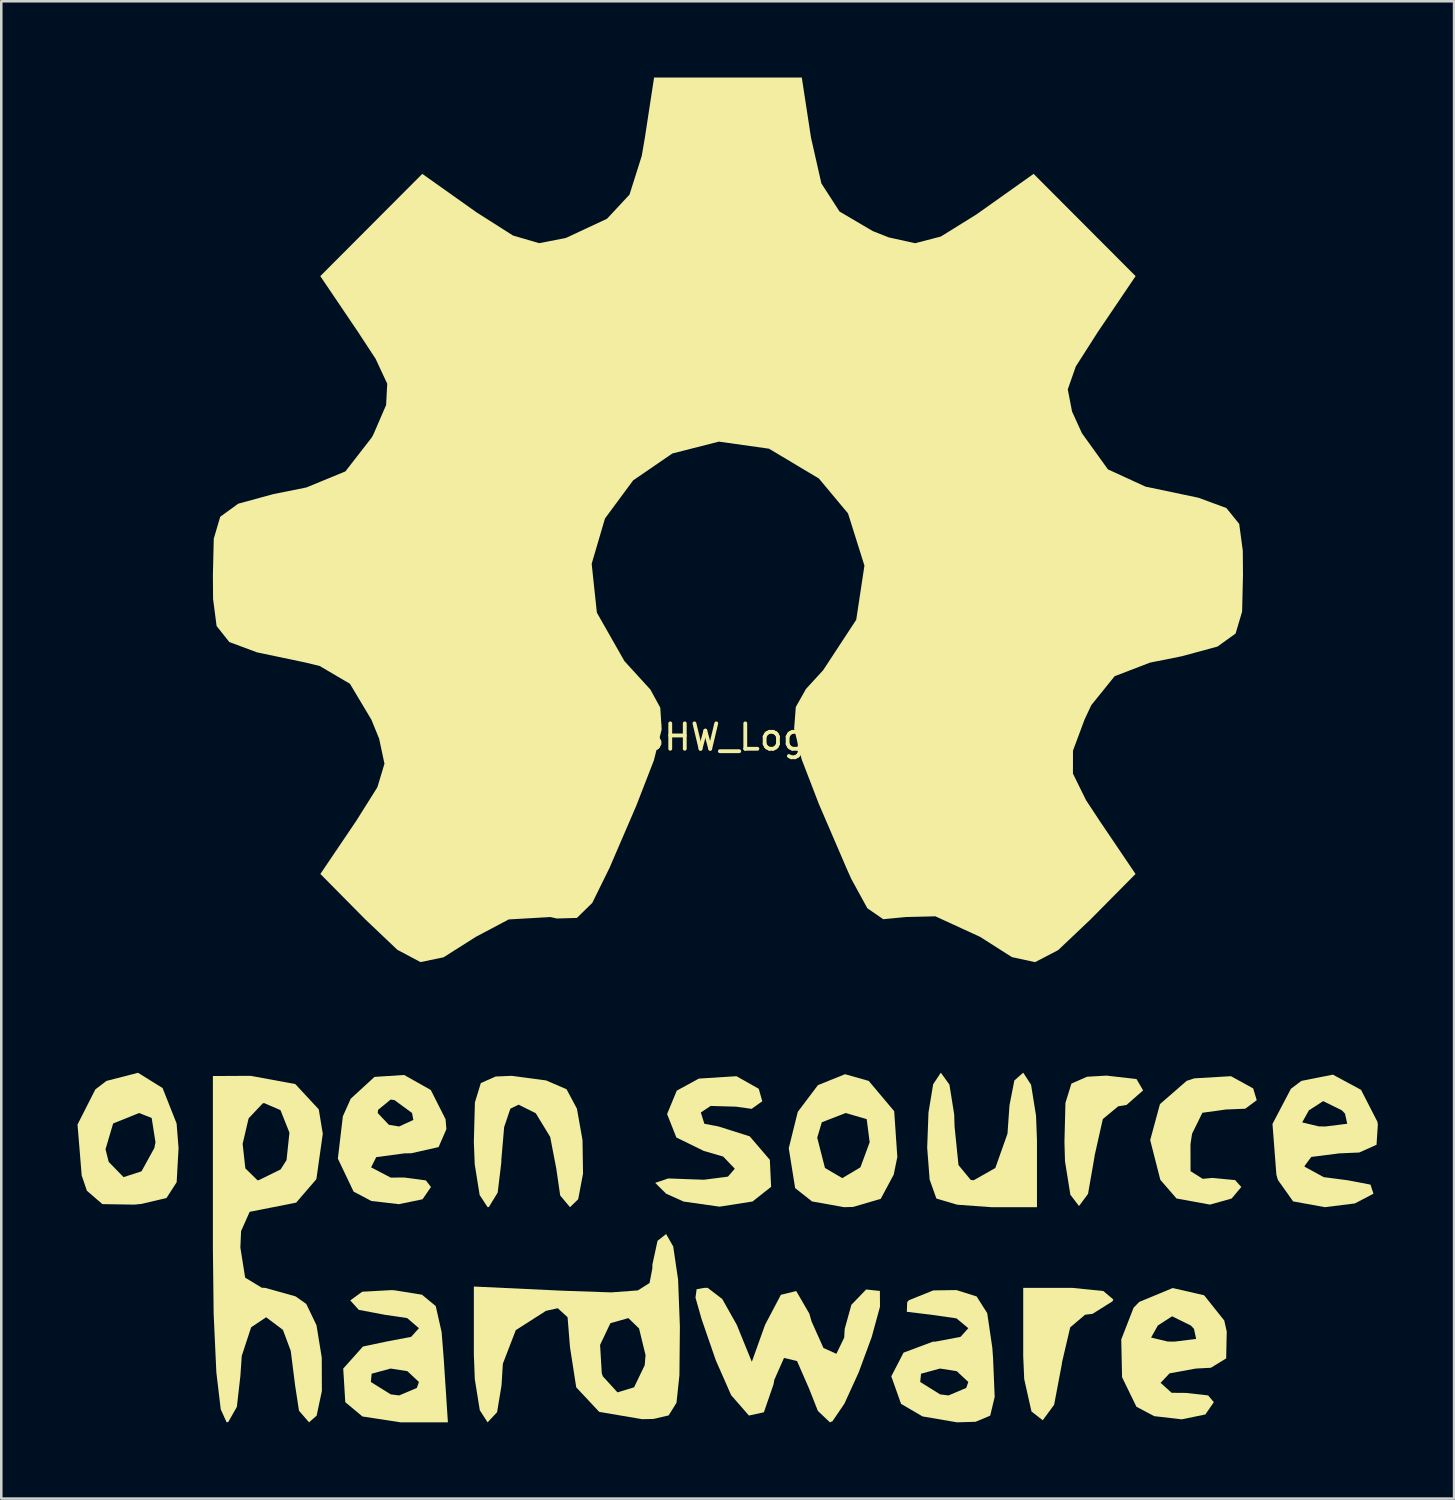
<source format=kicad_pcb>
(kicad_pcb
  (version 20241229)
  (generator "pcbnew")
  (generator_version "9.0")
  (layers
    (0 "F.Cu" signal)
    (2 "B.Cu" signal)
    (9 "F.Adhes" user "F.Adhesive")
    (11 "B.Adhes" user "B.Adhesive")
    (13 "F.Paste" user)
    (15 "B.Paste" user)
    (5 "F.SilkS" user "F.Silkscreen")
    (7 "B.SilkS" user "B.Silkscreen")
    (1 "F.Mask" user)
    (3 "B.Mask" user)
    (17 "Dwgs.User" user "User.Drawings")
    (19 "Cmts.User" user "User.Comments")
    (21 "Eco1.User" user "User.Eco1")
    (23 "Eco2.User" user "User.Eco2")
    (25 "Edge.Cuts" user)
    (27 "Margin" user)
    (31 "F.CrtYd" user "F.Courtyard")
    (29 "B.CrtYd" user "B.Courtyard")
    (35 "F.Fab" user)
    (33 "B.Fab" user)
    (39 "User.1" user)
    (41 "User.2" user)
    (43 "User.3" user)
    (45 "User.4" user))
  (footprint "OSHW_Logo"
    (layer "F.Cu")
    (at 25.323 26.458)
    (property "Reference" "OSHW_Logo" (at 0 -0.5 0) (unlocked yes) (layer "F.SilkS") (effects (font (size 1 1) (thickness 0.15))))
    (fp_poly (pts (xy 15.042 21.292) (xy 15.434 21.624) (xy 15.402 21.696) (xy 14.618 22.188) (xy 14.322 22.225) (xy 13.738 22.72) (xy 13.415 24.098) (xy 13.408 24.168) (xy 13.105 25.767) (xy 12.657 26.377) (xy 12.214 26.031) (xy 11.928 24.759) (xy 11.889 23.857) (xy 11.889 21.167) (xy 13.813 21.167)) (stroke (width 0) (type solid)) (fill yes) (layer "F.SilkS"))
    (fp_poly (pts (xy 16.347 12.952) (xy 16.606 13.396) (xy 15.954 13.969) (xy 15.627 14.023) (xy 15.021 14.524) (xy 14.697 15.967) (xy 14.694 16.007) (xy 14.439 17.468) (xy 14.084 17.948) (xy 13.744 17.503) (xy 13.533 16.19) (xy 13.511 15.426) (xy 13.55 13.889) (xy 13.786 13.128) (xy 14.399 12.86) (xy 15.165 12.815)) (stroke (width 0) (type solid)) (fill yes) (layer "F.SilkS"))
    (fp_poly (pts (xy 20.937 13.319) (xy 21.077 13.783) (xy 20.625 14.118) (xy 19.861 14.149) (xy 18.939 14.277) (xy 18.532 15.103) (xy 18.47 15.518) (xy 18.473 16.576) (xy 18.952 16.877) (xy 19.333 16.841) (xy 20.226 16.927) (xy 20.47 17.198) (xy 20.089 17.652) (xy 19.238 17.891) (xy 17.921 17.651) (xy 17.284 16.916) (xy 16.885 15.353) (xy 17.269 13.937) (xy 18.321 13.021) (xy 18.622 12.923) (xy 20.062 12.838)) (stroke (width 0) (type solid)) (fill yes) (layer "F.SilkS"))
    (fp_poly (pts (xy 5.81 13.024) (xy 6.812 14.216) (xy 6.935 16.017) (xy 6.793 16.711) (xy 6.282 17.664) (xy 5.195 17.983) (xy 4.837 17.992) (xy 3.579 17.766) (xy 2.915 17.243) (xy 2.663 15.674) (xy 2.766 15.258) (xy 3.783 15.258) (xy 4.088 16.45) (xy 4.77 16.849) (xy 5.483 16.424) (xy 5.847 15.437) (xy 5.73 14.528) (xy 4.901 14.287) (xy 3.963 14.652) (xy 3.783 15.258) (xy 2.766 15.258) (xy 3.018 14.242) (xy 3.811 13.19) (xy 4.877 12.76)) (stroke (width 0) (type solid)) (fill yes) (layer "F.SilkS"))
    (fp_poly (pts (xy 12.198 13.176) (xy 12.393 14.393) (xy 12.43 15.346) (xy 12.43 17.992) (xy 10.628 17.992) (xy 9.293 17.895) (xy 8.491 17.66) (xy 8.467 17.639) (xy 8.207 16.907) (xy 8.11 15.653) (xy 8.161 14.27) (xy 8.345 13.154) (xy 8.647 12.7) (xy 8.985 13.169) (xy 9.173 14.342) (xy 9.187 14.817) (xy 9.342 16.337) (xy 9.825 16.921) (xy 9.94 16.933) (xy 10.791 16.45) (xy 11.27 15.1) (xy 11.349 13.98) (xy 11.54 13.006) (xy 11.889 12.7)) (stroke (width 0) (type solid)) (fill yes) (layer "F.SilkS"))
    (fp_poly (pts (xy -21.975 13.306) (xy -21.424 14.699) (xy -21.347 15.668) (xy -21.422 17.011) (xy -21.822 17.631) (xy -22.807 17.864) (xy -23.085 17.892) (xy -24.344 17.872) (xy -24.954 17.346) (xy -25.159 16.743) (xy -25.243 15.712) (xy -24.221 15.712) (xy -24.097 16.209) (xy -23.512 16.81) (xy -22.805 16.582) (xy -22.299 15.663) (xy -22.255 15.437) (xy -22.405 14.483) (xy -22.899 14.287) (xy -23.921 14.697) (xy -24.221 15.712) (xy -25.243 15.712) (xy -25.323 14.742) (xy -24.622 13.359) (xy -24.184 13.024) (xy -22.942 12.704)) (stroke (width 0) (type solid)) (fill yes) (layer "F.SilkS"))
    (fp_poly (pts (xy -6.887 13.004) (xy -6.08 13.352) (xy -5.672 14.116) (xy -5.452 15.355) (xy -5.432 16.675) (xy -5.622 17.679) (xy -5.945 17.992) (xy -6.33 17.533) (xy -6.485 16.469) (xy -6.724 15.228) (xy -7.292 14.295) (xy -7.969 13.959) (xy -8.291 14.116) (xy -8.535 14.838) (xy -8.646 16.122) (xy -8.647 16.228) (xy -8.789 17.416) (xy -9.136 17.984) (xy -9.187 17.992) (xy -9.499 17.516) (xy -9.694 16.304) (xy -9.728 15.412) (xy -9.686 13.869) (xy -9.453 13.108) (xy -8.872 12.851) (xy -8.241 12.824)) (stroke (width 0) (type solid)) (fill yes) (layer "F.SilkS"))
    (fp_poly (pts (xy 1.483 13.335) (xy 1.621 13.825) (xy 1.202 14.123) (xy 0.586 14.037) (xy -0.411 14.009) (xy -0.797 14.266) (xy -0.658 14.71) (xy -0.098 14.817) (xy 1.128 15.206) (xy 1.919 16.13) (xy 1.969 17.191) (xy 1.238 17.769) (xy -0.062 17.972) (xy -1.476 17.771) (xy -2.162 17.462) (xy -2.593 17.035) (xy -2.076 16.862) (xy -0.676 16.913) (xy 0.27 16.79) (xy 0.54 16.479) (xy 0.081 16) (xy -0.676 15.78) (xy -1.759 15.251) (xy -2.124 14.328) (xy -1.743 13.406) (xy -0.876 12.933) (xy 0.606 12.839)) (stroke (width 0) (type solid)) (fill yes) (layer "F.SilkS"))
    (fp_poly (pts (xy -12.835 21.265) (xy -11.77 21.436) (xy -11.228 21.883) (xy -10.996 22.907) (xy -10.914 23.945) (xy -10.749 26.458) (xy -12.613 26.458) (xy -14.111 26.228) (xy -14.787 25.665) (xy -14.835 24.871) (xy -13.781 24.871) (xy -12.999 25.358) (xy -12.668 25.4) (xy -11.97 25.104) (xy -11.889 24.871) (xy -12.343 24.445) (xy -13.002 24.342) (xy -13.749 24.545) (xy -13.781 24.871) (xy -14.835 24.871) (xy -14.868 24.343) (xy -14.091 23.475) (xy -13.183 23.283) (xy -12.195 23.095) (xy -11.889 22.754) (xy -12.352 22.356) (xy -13.24 22.225) (xy -14.256 22.032) (xy -14.591 21.662) (xy -14.121 21.319) (xy -12.955 21.255)) (stroke (width 0) (type solid)) (fill yes) (layer "F.SilkS"))
    (fp_poly (pts (xy 19.007 21.459) (xy 19.799 22.451) (xy 19.897 22.886) (xy 19.875 23.942) (xy 19.274 24.311) (xy 18.681 24.342) (xy 17.648 24.53) (xy 17.294 24.904) (xy 17.728 25.296) (xy 18.292 25.301) (xy 19.165 25.399) (xy 19.389 25.665) (xy 19.057 26.148) (xy 18.126 26.34) (xy 17.043 26.215) (xy 16.344 25.846) (xy 15.778 24.682) (xy 15.746 23.198) (xy 15.775 23.122) (xy 16.92 23.122) (xy 17.574 23.279) (xy 17.834 23.283) (xy 18.693 23.177) (xy 18.607 22.778) (xy 18.483 22.648) (xy 17.747 22.286) (xy 17.186 22.648) (xy 16.92 23.122) (xy 15.775 23.122) (xy 16.232 21.948) (xy 16.453 21.72) (xy 17.77 21.174)) (stroke (width 0) (type solid)) (fill yes) (layer "F.SilkS"))
    (fp_poly (pts (xy -11.422 13.382) (xy -10.84 14.533) (xy -10.809 14.922) (xy -11.115 15.628) (xy -12.189 15.87) (xy -12.462 15.875) (xy -13.57 16.023) (xy -13.769 16.423) (xy -13.765 16.429) (xy -13.001 16.828) (xy -12.465 16.826) (xy -11.617 16.939) (xy -11.415 17.198) (xy -11.747 17.681) (xy -12.678 17.874) (xy -13.761 17.749) (xy -14.46 17.379) (xy -15.079 16.082) (xy -14.882 14.417) (xy -14.824 14.287) (xy -13.511 14.287) (xy -13.071 14.752) (xy -12.668 14.817) (xy -12.109 14.56) (xy -12.16 14.287) (xy -12.85 13.779) (xy -13.002 13.758) (xy -13.496 14.162) (xy -13.511 14.287) (xy -14.824 14.287) (xy -14.572 13.724) (xy -13.638 12.866) (xy -12.471 12.79)) (stroke (width 0) (type solid)) (fill yes) (layer "F.SilkS"))
    (fp_poly (pts (xy 25.181 13.375) (xy 25.823 14.626) (xy 25.843 14.738) (xy 25.791 15.536) (xy 25.112 15.841) (xy 24.325 15.875) (xy 23.223 16.015) (xy 22.953 16.378) (xy 22.968 16.404) (xy 23.711 16.81) (xy 24.653 16.933) (xy 25.553 17.105) (xy 25.67 17.462) (xy 24.939 17.845) (xy 23.757 17.992) (xy 22.508 17.764) (xy 21.909 16.919) (xy 21.85 16.711) (xy 21.697 14.716) (xy 21.729 14.656) (xy 22.864 14.656) (xy 23.519 14.813) (xy 23.779 14.817) (xy 24.638 14.71) (xy 24.551 14.311) (xy 24.427 14.182) (xy 23.692 13.819) (xy 23.13 14.182) (xy 22.864 14.656) (xy 21.729 14.656) (xy 22.423 13.333) (xy 22.833 13.024) (xy 24.072 12.777)) (stroke (width 0) (type solid)) (fill yes) (layer "F.SilkS"))
    (fp_poly (pts (xy 10.054 21.504) (xy 10.472 22.16) (xy 10.672 23.517) (xy 10.703 23.945) (xy 10.766 25.459) (xy 10.589 26.196) (xy 10.013 26.437) (xy 9.283 26.458) (xy 7.926 26.225) (xy 7.082 25.732) (xy 6.777 24.871) (xy 7.836 24.871) (xy 8.618 25.358) (xy 8.949 25.4) (xy 9.647 25.104) (xy 9.728 24.871) (xy 9.274 24.445) (xy 8.615 24.342) (xy 7.868 24.545) (xy 7.836 24.871) (xy 6.777 24.871) (xy 6.698 24.649) (xy 7.18 23.716) (xy 8.333 23.285) (xy 8.434 23.283) (xy 9.422 23.095) (xy 9.728 22.754) (xy 9.262 22.367) (xy 8.269 22.225) (xy 7.309 22.109) (xy 7.324 21.725) (xy 7.396 21.651) (xy 8.351 21.267) (xy 9.26 21.254)) (stroke (width 0) (type solid)) (fill yes) (layer "F.SilkS"))
    (fp_poly (pts (xy -0.527 21.167) (xy 0.046 21.605) (xy 0.618 22.622) (xy 1.21 24.077) (xy 1.731 22.622) (xy 2.353 21.44) (xy 2.957 21.292) (xy 3.473 22.182) (xy 3.561 22.49) (xy 4.028 23.532) (xy 4.536 23.762) (xy 4.845 23.124) (xy 4.864 22.785) (xy 5.128 21.832) (xy 5.709 21.231) (xy 6.249 21.289) (xy 6.253 21.909) (xy 5.927 23.102) (xy 5.413 24.498) (xy 4.852 25.725) (xy 4.385 26.412) (xy 4.283 26.458) (xy 3.809 26.01) (xy 3.464 25.135) (xy 2.989 24.046) (xy 2.476 23.924) (xy 2.093 24.79) (xy 2.064 24.962) (xy 1.685 26.062) (xy 1.096 26.191) (xy 0.396 25.39) (xy -0.211 24.008) (xy -0.766 22.399) (xy -1.007 21.551) (xy -0.962 21.221) (xy -0.658 21.166)) (stroke (width 0) (type solid)) (fill yes) (layer "F.SilkS"))
    (fp_poly (pts (xy -1.883 19.539) (xy -1.691 20.845) (xy -1.621 22.688) (xy -1.639 24.601) (xy -1.754 25.689) (xy -2.063 26.186) (xy -2.66 26.325) (xy -3.107 26.334) (xy -4.795 26.047) (xy -5.699 25.083) (xy -5.945 23.5) (xy -5.952 23.412) (xy -4.761 23.412) (xy -4.694 24.53) (xy -4.651 24.65) (xy -4.077 25.279) (xy -3.423 25.08) (xy -3.005 24.211) (xy -2.972 23.812) (xy -3.227 22.765) (xy -3.648 22.357) (xy -4.354 22.556) (xy -4.761 23.412) (xy -5.952 23.412) (xy -6.04 22.322) (xy -6.426 21.969) (xy -6.89 22.071) (xy -8.078 22.831) (xy -8.587 24.153) (xy -8.639 25.003) (xy -8.814 26.059) (xy -9.187 26.458) (xy -9.494 25.982) (xy -9.69 24.763) (xy -9.728 23.786) (xy -9.728 21.115) (xy -6.215 21.28) (xy -4.327 21.345) (xy -3.274 21.267) (xy -2.814 20.976) (xy -2.704 20.4) (xy -2.702 20.248) (xy -2.5 19.315) (xy -2.162 19.05)) (stroke (width 0) (type solid)) (fill yes) (layer "F.SilkS"))
    (fp_poly (pts (xy -16.754 13.148) (xy -15.83 14.144) (xy -15.672 15.103) (xy -15.924 16.889) (xy -16.719 17.813) (xy -17.622 17.992) (xy -18.549 18.175) (xy -18.887 18.933) (xy -18.915 19.579) (xy -18.727 20.765) (xy -18.072 21.162) (xy -17.942 21.167) (xy -16.743 21.502) (xy -16.321 21.802) (xy -15.92 22.635) (xy -15.713 23.907) (xy -15.708 25.225) (xy -15.914 26.195) (xy -16.213 26.458) (xy -16.608 26.002) (xy -16.761 25.003) (xy -16.933 23.644) (xy -17.241 22.819) (xy -17.901 22.324) (xy -18.491 22.719) (xy -18.86 23.842) (xy -18.915 24.637) (xy -19.053 25.849) (xy -19.391 26.445) (xy -19.455 26.458) (xy -19.687 25.948) (xy -19.86 24.491) (xy -19.966 22.198) (xy -19.996 19.645) (xy -19.996 15.501) (xy -18.826 15.501) (xy -18.719 16.465) (xy -18.244 16.931) (xy -18.198 16.933) (xy -17.331 16.506) (xy -17.098 16.14) (xy -16.984 15.06) (xy -17.337 14.173) (xy -17.983 13.895) (xy -18.036 13.909) (xy -18.59 14.496) (xy -18.826 15.501) (xy -19.996 15.501) (xy -19.996 12.832) (xy -18.51 12.824)) (stroke (width 0) (type solid)) (fill yes) (layer "F.SilkS"))
    (fp_poly (pts (xy 3.538 -24.094) (xy 3.947 -22.29) (xy 4.662 -21.184) (xy 5.965 -20.417) (xy 6.597 -20.167) (xy 7.633 -19.938) (xy 8.648 -20.201) (xy 10.036 -21.063) (xy 10.161 -21.151) (xy 12.297 -22.667) (xy 14.304 -20.655) (xy 16.311 -18.643) (xy 14.822 -16.441) (xy 13.957 -15.088) (xy 13.642 -14.186) (xy 13.81 -13.316) (xy 14.2 -12.46) (xy 15.222 -11.039) (xy 16.699 -10.361) (xy 16.856 -10.328) (xy 18.782 -9.923) (xy 19.882 -9.518) (xy 20.387 -8.894) (xy 20.529 -7.837) (xy 20.536 -6.879) (xy 20.502 -5.444) (xy 20.245 -4.579) (xy 19.533 -4.067) (xy 18.133 -3.687) (xy 16.877 -3.435) (xy 15.486 -2.9) (xy 14.569 -1.764) (xy 14.299 -1.188) (xy 13.847 0.03) (xy 13.845 0.932) (xy 14.361 1.979) (xy 14.898 2.795) (xy 16.308 4.881) (xy 14.533 6.674) (xy 13.264 7.877) (xy 12.355 8.351) (xy 11.445 8.153) (xy 10.194 7.357) (xy 8.432 6.547) (xy 7.26 6.576) (xy 6.381 6.661) (xy 5.756 6.231) (xy 5.12 5.069) (xy 4.931 4.644) (xy 3.846 2.123) (xy 3.169 0.365) (xy 2.875 -0.836) (xy 2.94 -1.688) (xy 3.339 -2.397) (xy 4.02 -3.141) (xy 5.318 -5.121) (xy 5.641 -7.252) (xy 4.995 -9.306) (xy 3.848 -10.68) (xy 1.885 -11.853) (xy -0.086 -12.131) (xy -1.917 -11.664) (xy -3.46 -10.606) (xy -4.568 -9.108) (xy -5.092 -7.323) (xy -4.887 -5.401) (xy -3.803 -3.495) (xy -3.48 -3.141) (xy -2.78 -2.373) (xy -2.392 -1.662) (xy -2.338 -0.802) (xy -2.645 0.414) (xy -3.336 2.194) (xy -4.391 4.644) (xy -5.069 6.02) (xy -5.673 6.611) (xy -6.464 6.633) (xy -6.719 6.576) (xy -8.356 6.67) (xy -9.653 7.357) (xy -10.92 8.16) (xy -11.828 8.349) (xy -12.739 7.864) (xy -13.993 6.674) (xy -15.767 4.881) (xy -14.358 2.795) (xy -13.523 1.468) (xy -13.245 0.542) (xy -13.455 -0.443) (xy -13.758 -1.188) (xy -14.604 -2.603) (xy -15.792 -3.301) (xy -16.336 -3.435) (xy -18.256 -3.838) (xy -19.35 -4.245) (xy -19.85 -4.874) (xy -19.989 -5.943) (xy -19.996 -6.879) (xy -19.962 -8.311) (xy -19.707 -9.175) (xy -19 -9.688) (xy -17.608 -10.068) (xy -16.315 -10.328) (xy -14.782 -10.959) (xy -13.737 -12.305) (xy -13.66 -12.46) (xy -13.18 -13.572) (xy -13.136 -14.409) (xy -13.594 -15.391) (xy -14.282 -16.441) (xy -15.77 -18.643) (xy -11.757 -22.667) (xy -9.62 -21.151) (xy -8.19 -20.242) (xy -7.161 -19.94) (xy -6.14 -20.137) (xy -6.056 -20.167) (xy -4.488 -20.901) (xy -3.603 -21.85) (xy -3.121 -23.375) (xy -2.998 -24.094) (xy -2.636 -26.458) (xy 3.176 -26.458)) (stroke (width 0) (type solid)) (fill yes) (layer "F.SilkS")))
  (gr_rect
    (start -3 -3)
    (end 54.166 55.917)
    (stroke (width 0.1) (type default))
    (fill no)
    (layer "Edge.Cuts")))
</source>
